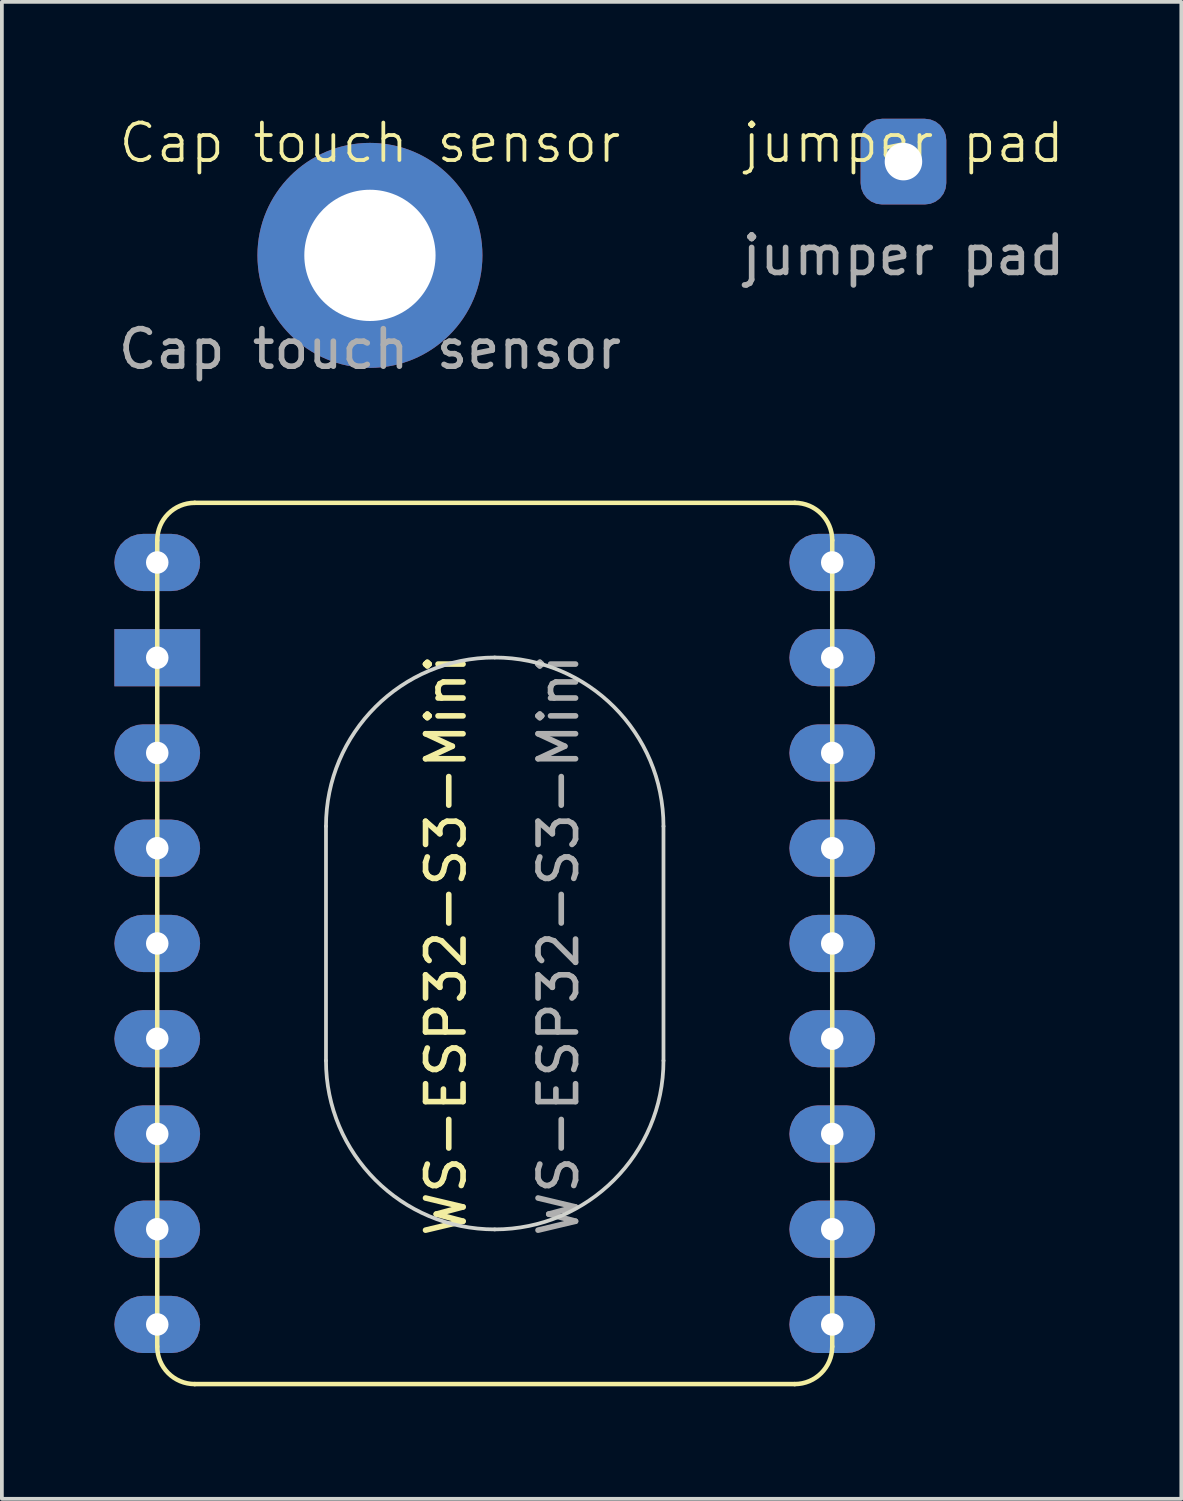
<source format=kicad_pcb>
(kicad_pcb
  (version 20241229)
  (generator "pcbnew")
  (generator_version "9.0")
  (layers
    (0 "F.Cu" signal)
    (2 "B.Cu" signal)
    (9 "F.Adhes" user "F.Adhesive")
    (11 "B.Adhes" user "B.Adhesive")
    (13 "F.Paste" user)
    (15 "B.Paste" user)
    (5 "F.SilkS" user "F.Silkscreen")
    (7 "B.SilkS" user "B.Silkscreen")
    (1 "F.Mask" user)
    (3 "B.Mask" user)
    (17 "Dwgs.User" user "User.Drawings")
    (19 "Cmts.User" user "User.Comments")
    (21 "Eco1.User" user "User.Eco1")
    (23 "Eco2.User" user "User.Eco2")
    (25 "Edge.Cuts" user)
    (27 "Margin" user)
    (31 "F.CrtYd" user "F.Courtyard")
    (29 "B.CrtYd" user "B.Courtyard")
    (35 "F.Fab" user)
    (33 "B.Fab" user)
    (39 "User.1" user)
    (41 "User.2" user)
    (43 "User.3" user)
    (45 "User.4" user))
  (footprint "Cap touch sensor"
    (layer "F.Cu")
    (at 6.815 3.76)
    (property "Reference" "Cap touch sensor" (at 0 -3 0) (unlocked yes) (layer "F.SilkS") (effects (font (size 1 1) (thickness 0.1))))
    (attr smd)
    (fp_text user "${REFERENCE}" (at 0 2.5 0) (unlocked yes) (layer "F.Fab") (effects (font (size 1 1) (thickness 0.15))))
    (pad "1" thru_hole circle (at 0 0) (size 6 6) (drill 3.5) (layers "*.Cu" "*.Mask")))
  (footprint "WS-ESP32-S3-Mini"
    (layer "F.Cu")
    (at 1.143 10.359)
    (property "Reference" "WS-ESP32-S3-Mini" (at 7.7 11.8 90) (unlocked yes) (layer "F.SilkS") (effects (font (size 1 1) (thickness 0.15))))
    (attr smd)
    (fp_line (start 0 22.5) (end 0 1) (stroke (width 0.12) (type default)) (layer "F.SilkS"))
    (fp_line (start 1 0) (end 17 0) (stroke (width 0.12) (type default)) (layer "F.SilkS"))
    (fp_line (start 17 23.5) (end 1 23.5) (stroke (width 0.12) (type default)) (layer "F.SilkS"))
    (fp_line (start 18 1) (end 18 22.5) (stroke (width 0.12) (type default)) (layer "F.SilkS"))
    (fp_arc (start 0 1) (mid 0.292893 0.292893) (end 1 0) (stroke (width 0.12) (type default)) (layer "F.SilkS"))
    (fp_arc (start 1 23.5) (mid 0.292893 23.207107) (end 0 22.5) (stroke (width 0.12) (type default)) (layer "F.SilkS"))
    (fp_arc (start 17 0) (mid 17.707107 0.292893) (end 18 1) (stroke (width 0.12) (type default)) (layer "F.SilkS"))
    (fp_arc (start 18 22.5) (mid 17.707107 23.207107) (end 17 23.5) (stroke (width 0.12) (type default)) (layer "F.SilkS"))
    (fp_line (start 4.5 14.875) (end 4.5 8.625) (stroke (width 0.1) (type default)) (layer "Edge.Cuts"))
    (fp_line (start 13.5 8.625) (end 13.5 14.875) (stroke (width 0.1) (type default)) (layer "Edge.Cuts"))
    (fp_arc (start 4.5 8.625) (mid 5.818019 5.443019) (end 9 4.125) (stroke (width 0.1) (type default)) (layer "Edge.Cuts"))
    (fp_arc (start 9 4.125) (mid 12.181981 5.443019) (end 13.5 8.625) (stroke (width 0.1) (type default)) (layer "Edge.Cuts"))
    (fp_arc (start 9 19.375) (mid 5.818019 18.056981) (end 4.5 14.875) (stroke (width 0.1) (type default)) (layer "Edge.Cuts"))
    (fp_arc (start 13.5 14.875) (mid 12.181981 18.056981) (end 9 19.375) (stroke (width 0.1) (type default)) (layer "Edge.Cuts"))
    (fp_text user "${REFERENCE}" (at 10.7 11.8 90) (unlocked yes) (layer "F.Fab") (effects (font (size 1 1) (thickness 0.15))))
    (pad "1" thru_hole roundrect (at 0 1.59) (size 2.286 1.524) (drill 0.6) (layers "*.Cu" "*.Mask") (roundrect_rratio 0.5))
    (pad "2" thru_hole rect (at 0 4.13) (size 2.286 1.524) (drill 0.6) (layers "*.Cu" "*.Mask"))
    (pad "3" thru_hole roundrect (at 0 6.67) (size 2.286 1.524) (drill 0.6) (layers "*.Cu" "*.Mask") (roundrect_rratio 0.5))
    (pad "4" thru_hole roundrect (at 0 9.21) (size 2.286 1.524) (drill 0.6) (layers "*.Cu" "*.Mask") (roundrect_rratio 0.5))
    (pad "5" thru_hole roundrect (at 0 11.75) (size 2.286 1.524) (drill 0.6) (layers "*.Cu" "*.Mask") (roundrect_rratio 0.5))
    (pad "6" thru_hole roundrect (at 0 14.29) (size 2.286 1.524) (drill 0.6) (layers "*.Cu" "*.Mask") (roundrect_rratio 0.5))
    (pad "7" thru_hole roundrect (at 0 16.83) (size 2.286 1.524) (drill 0.6) (layers "*.Cu" "*.Mask") (roundrect_rratio 0.5))
    (pad "8" thru_hole roundrect (at 0 19.37) (size 2.286 1.524) (drill 0.6) (layers "*.Cu" "*.Mask") (roundrect_rratio 0.5))
    (pad "9" thru_hole roundrect (at 0 21.91) (size 2.286 1.524) (drill 0.6) (layers "*.Cu" "*.Mask") (roundrect_rratio 0.5))
    (pad "10" thru_hole roundrect (at 18 1.59) (size 2.286 1.524) (drill 0.6) (layers "*.Cu" "*.Mask") (roundrect_rratio 0.5))
    (pad "11" thru_hole roundrect (at 18 4.13) (size 2.286 1.524) (drill 0.6) (layers "*.Cu" "*.Mask") (roundrect_rratio 0.5))
    (pad "12" thru_hole roundrect (at 18 6.67) (size 2.286 1.524) (drill 0.6) (layers "*.Cu" "*.Mask") (roundrect_rratio 0.5))
    (pad "13" thru_hole roundrect (at 18 9.21) (size 2.286 1.524) (drill 0.6) (layers "*.Cu" "*.Mask") (roundrect_rratio 0.5))
    (pad "14" thru_hole roundrect (at 18 11.75) (size 2.286 1.524) (drill 0.6) (layers "*.Cu" "*.Mask") (roundrect_rratio 0.5))
    (pad "15" thru_hole roundrect (at 18 14.29) (size 2.286 1.524) (drill 0.6) (layers "*.Cu" "*.Mask") (roundrect_rratio 0.5))
    (pad "16" thru_hole roundrect (at 18 16.83) (size 2.286 1.524) (drill 0.6) (layers "*.Cu" "*.Mask") (roundrect_rratio 0.5))
    (pad "17" thru_hole roundrect (at 18 19.37) (size 2.286 1.524) (drill 0.6) (layers "*.Cu" "*.Mask") (roundrect_rratio 0.5))
    (pad "18" thru_hole roundrect (at 18 21.91) (size 2.286 1.524) (drill 0.6) (layers "*.Cu" "*.Mask") (roundrect_rratio 0.5)))
  (footprint "jumper pad"
    (layer "F.Cu")
    (at 21.042 1.26)
    (property "Reference" "jumper pad" (at 0 -0.5 0) (unlocked yes) (layer "F.SilkS") (effects (font (size 1 1) (thickness 0.1))))
    (attr smd)
    (fp_text user "${REFERENCE}" (at 0 2.5 0) (unlocked yes) (layer "F.Fab") (effects (font (size 1 1) (thickness 0.15))))
    (pad "1" thru_hole roundrect (at 0 0) (size 2.286 2.286) (drill 1) (layers "*.Cu" "*.Mask") (roundrect_rratio 0.25)))
  (gr_rect
    (start -3 -3)
    (end 28.452 36.919)
    (stroke (width 0.1) (type default))
    (fill no)
    (layer "Edge.Cuts")))
</source>
